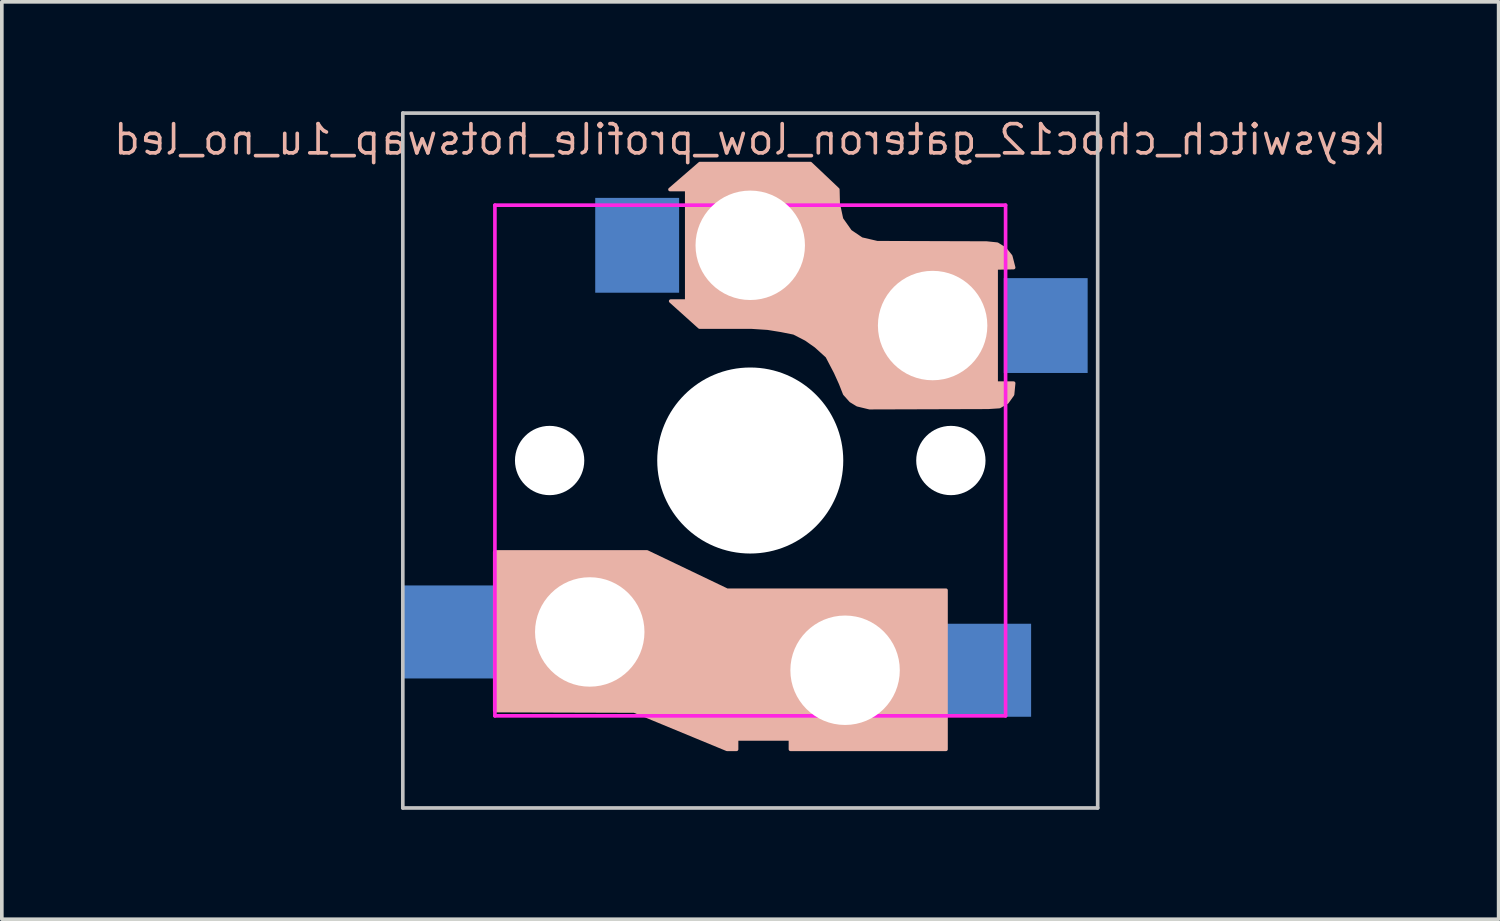
<source format=kicad_pcb>
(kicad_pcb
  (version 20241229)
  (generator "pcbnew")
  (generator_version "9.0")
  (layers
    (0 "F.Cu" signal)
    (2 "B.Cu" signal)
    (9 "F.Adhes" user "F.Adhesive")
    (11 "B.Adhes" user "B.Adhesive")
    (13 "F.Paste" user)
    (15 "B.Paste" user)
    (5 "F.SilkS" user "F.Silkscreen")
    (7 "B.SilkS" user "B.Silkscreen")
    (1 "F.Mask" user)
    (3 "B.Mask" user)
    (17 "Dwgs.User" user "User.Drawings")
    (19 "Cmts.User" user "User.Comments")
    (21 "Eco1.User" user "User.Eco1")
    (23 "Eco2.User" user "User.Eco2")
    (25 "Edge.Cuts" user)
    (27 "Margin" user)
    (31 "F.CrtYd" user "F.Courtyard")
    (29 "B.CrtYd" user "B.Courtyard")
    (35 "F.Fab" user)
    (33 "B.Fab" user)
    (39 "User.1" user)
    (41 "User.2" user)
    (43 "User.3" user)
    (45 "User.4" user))
  (footprint "keyswitch_choc12_gateron_low_profile_hotswap_1u_no_led"
    (layer "F.Cu")
    (at 17.518 9.575)
    (property "Reference" "keyswitch_choc12_gateron_low_profile_hotswap_1u_no_led" (at 0 -8.8 180) (layer "B.SilkS") (effects (font (size 0.8 0.8) (thickness 0.1) (bold yes)) (justify mirror)))
    (attr smd)
    (fp_poly (pts (xy 5.366 3.557) (xy -0.637 3.557) (xy -2.83 2.507) (xy -7.004 2.507) (xy -7.004 6.855) (xy -3.178 6.867) (xy -0.637 7.917) (xy -0.376 7.917) (xy -0.376 7.632) (xy 1.103 7.632) (xy 1.103 7.917) (xy 5.366 7.917)) (stroke (width 0.1) (type solid)) (fill yes) (layer "B.SilkS"))
    (fp_poly (pts (xy 1.8 -3.14) (xy 2.11 -2.86) (xy 2.34 -2.42) (xy 2.48 -2.11) (xy 2.59 -1.83) (xy 2.76 -1.64) (xy 2.94 -1.53) (xy 3.27 -1.45) (xy 6.52 -1.46) (xy 6.83 -1.48) (xy 7.04 -1.6) (xy 7.19 -1.81) (xy 7.22 -2.12) (xy 6.74 -2.12) (xy 6.74 -5.28) (xy 7.22 -5.29) (xy 7.14 -5.6) (xy 6.98 -5.8) (xy 6.77 -5.93) (xy 6.48 -5.96) (xy 3.48 -5.97) (xy 3.05 -6.07) (xy 2.74 -6.28) (xy 2.5 -6.62) (xy 2.41 -7.04) (xy 2.4 -7.43) (xy 1.65 -8.14) (xy -1.38 -8.14) (xy -2.2 -7.43) (xy -1.74 -7.43) (xy -1.74 -4.37) (xy -2.18 -4.37) (xy -1.39 -3.66) (xy 0.02 -3.66) (xy 0.48 -3.63) (xy 0.85 -3.57) (xy 1.2 -3.5) (xy 1.53 -3.33)) (stroke (width 0.1) (type solid)) (fill yes) (layer "B.SilkS"))
    (fp_line (start -9.525 -9.525) (end 9.525 -9.525) (stroke (width 0.1) (type solid)) (layer "Dwgs.User"))
    (fp_line (start -9.525 9.525) (end -9.525 -9.525) (stroke (width 0.1) (type solid)) (layer "Dwgs.User"))
    (fp_line (start 9.525 -9.525) (end 9.525 9.525) (stroke (width 0.1) (type solid)) (layer "Dwgs.User"))
    (fp_line (start 9.525 9.525) (end -9.525 9.525) (stroke (width 0.1) (type solid)) (layer "Dwgs.User"))
    (fp_line (start -7 -7) (end 7 -7) (stroke (width 0.1) (type solid)) (layer "F.CrtYd"))
    (fp_line (start -7 7) (end -7 -7) (stroke (width 0.1) (type solid)) (layer "F.CrtYd"))
    (fp_line (start 7 -7) (end 7 7) (stroke (width 0.1) (type solid)) (layer "F.CrtYd"))
    (fp_line (start 7 7) (end -7 7) (stroke (width 0.1) (type solid)) (layer "F.CrtYd"))
    (pad "" np_thru_hole circle (at -5.5 0 90) (size 1.9 1.9) (drill 1.9) (layers "*.Cu" "*.Mask"))
    (pad "" np_thru_hole circle (at -4.4 4.7 90) (size 3 3) (drill 3) (layers "*.Cu" "*.Mask"))
    (pad "" np_thru_hole circle (at 0 -5.9 90) (size 3 3) (drill 3) (layers "*.Cu" "*.Mask"))
    (pad "" np_thru_hole circle (at 0 0 90) (size 5.1 5.1) (drill 5.1) (layers "*.Cu" "*.Mask"))
    (pad "" np_thru_hole circle (at 2.6 5.75 90) (size 3 3) (drill 3) (layers "*.Cu" "*.Mask"))
    (pad "" np_thru_hole circle (at 5 -3.7 90) (size 3 3) (drill 3) (layers "*.Cu" "*.Mask"))
    (pad "" np_thru_hole circle (at 5.5 0 90) (size 1.9 1.9) (drill 1.9) (layers "*.Cu" "*.Mask"))
    (pad "1" smd rect (at 6.45 5.75) (size 2.5 2.55) (layers "B.Cu" "B.Mask" "B.Paste"))
    (pad "1" smd rect (at 8.1 -3.7 180) (size 2.3 2.6) (layers "B.Cu" "B.Mask" "B.Paste"))
    (pad "2" smd rect (at -8.25 4.7) (size 2.5 2.55) (layers "B.Cu" "B.Mask" "B.Paste"))
    (pad "2" smd rect (at -3.1 -5.9 180) (size 2.3 2.6) (layers "B.Cu" "B.Mask" "B.Paste")))
  (gr_rect
    (start -3 -3)
    (end 38.035 22.15)
    (stroke (width 0.1) (type default))
    (fill no)
    (layer "Edge.Cuts")))
</source>
